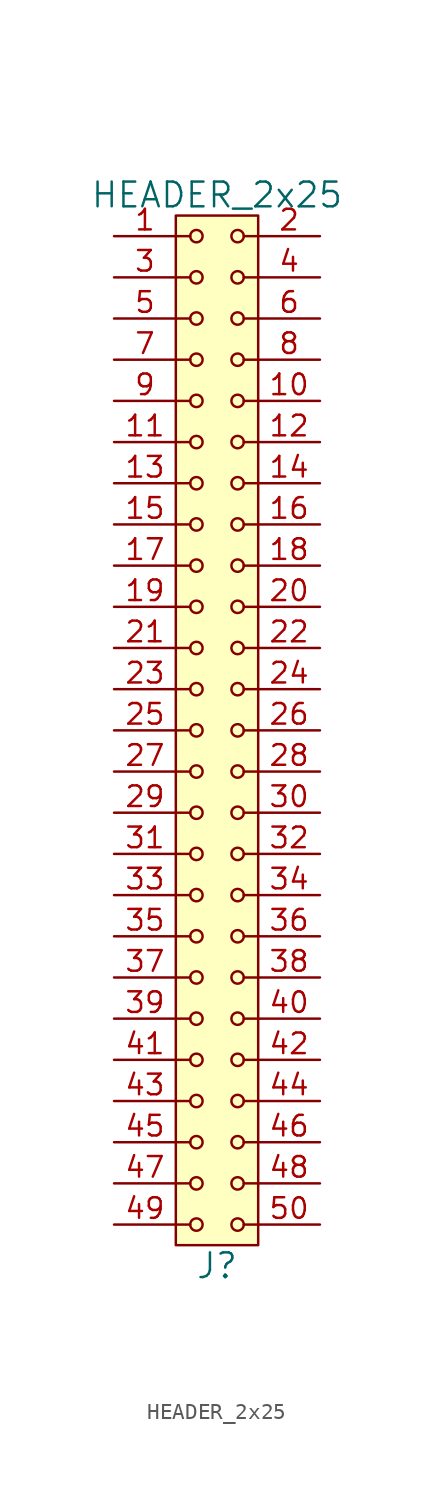
<source format=kicad_sym>
(kicad_symbol_lib
  (version 20211014)
  (generator kicad_symbol_editor)
  (symbol "HEADER_2x25"
    (pin_names
      (offset 1.016))
    (property "Reference" "J"
      (at 0 -33.02 0)
      (effects (font (size 1.524 1.524))))
    (property "Value" "HEADER_2x25"
      (at 0 33.02 0)
      (effects (font (size 1.524 1.524))))
    (property "Footprint" ""
      (at 0 30.48 0)
      (effects (font (size 1.524 1.524))))
    (property "Datasheet" ""
      (at 0 30.48 0)
      (effects (font (size 1.524 1.524))))
    (symbol "HEADER_2x25_0_1"
      (rectangle (start -2.54 31.75) (end 2.54 -31.75) (stroke (width 0) (type default) (color 0 0 0 0)) (fill (type background)))
      (circle (center -1.27 -30.48) (radius 0.381) (stroke (width 0) (type default) (color 0 0 0 0)) (fill (type none)))
      (circle (center -1.27 -27.94) (radius 0.381) (stroke (width 0) (type default) (color 0 0 0 0)) (fill (type none)))
      (circle (center -1.27 -25.4) (radius 0.381) (stroke (width 0) (type default) (color 0 0 0 0)) (fill (type none)))
      (circle (center -1.27 -22.86) (radius 0.381) (stroke (width 0) (type default) (color 0 0 0 0)) (fill (type none)))
      (circle (center -1.27 -20.32) (radius 0.381) (stroke (width 0) (type default) (color 0 0 0 0)) (fill (type none)))
      (circle (center -1.27 -17.78) (radius 0.381) (stroke (width 0) (type default) (color 0 0 0 0)) (fill (type none)))
      (circle (center -1.27 -15.24) (radius 0.381) (stroke (width 0) (type default) (color 0 0 0 0)) (fill (type none)))
      (circle (center -1.27 -12.7) (radius 0.381) (stroke (width 0) (type default) (color 0 0 0 0)) (fill (type none)))
      (circle (center -1.27 -10.16) (radius 0.381) (stroke (width 0) (type default) (color 0 0 0 0)) (fill (type none)))
      (circle (center -1.27 -7.62) (radius 0.381) (stroke (width 0) (type default) (color 0 0 0 0)) (fill (type none)))
      (circle (center -1.27 -5.08) (radius 0.381) (stroke (width 0) (type default) (color 0 0 0 0)) (fill (type none)))
      (circle (center -1.27 -2.54) (radius 0.381) (stroke (width 0) (type default) (color 0 0 0 0)) (fill (type none)))
      (circle (center -1.27 0) (radius 0.381) (stroke (width 0) (type default) (color 0 0 0 0)) (fill (type none)))
      (circle (center -1.27 2.54) (radius 0.381) (stroke (width 0) (type default) (color 0 0 0 0)) (fill (type none)))
      (circle (center -1.27 5.08) (radius 0.381) (stroke (width 0) (type default) (color 0 0 0 0)) (fill (type none)))
      (circle (center -1.27 7.62) (radius 0.381) (stroke (width 0) (type default) (color 0 0 0 0)) (fill (type none)))
      (circle (center -1.27 10.16) (radius 0.381) (stroke (width 0) (type default) (color 0 0 0 0)) (fill (type none)))
      (circle (center -1.27 12.7) (radius 0.381) (stroke (width 0) (type default) (color 0 0 0 0)) (fill (type none)))
      (circle (center -1.27 15.24) (radius 0.381) (stroke (width 0) (type default) (color 0 0 0 0)) (fill (type none)))
      (circle (center -1.27 17.78) (radius 0.381) (stroke (width 0) (type default) (color 0 0 0 0)) (fill (type none)))
      (circle (center -1.27 20.32) (radius 0.381) (stroke (width 0) (type default) (color 0 0 0 0)) (fill (type none)))
      (circle (center -1.27 22.86) (radius 0.381) (stroke (width 0) (type default) (color 0 0 0 0)) (fill (type none)))
      (circle (center -1.27 25.4) (radius 0.381) (stroke (width 0) (type default) (color 0 0 0 0)) (fill (type none)))
      (circle (center -1.27 27.94) (radius 0.381) (stroke (width 0) (type default) (color 0 0 0 0)) (fill (type none)))
      (circle (center -1.27 30.48) (radius 0.381) (stroke (width 0) (type default) (color 0 0 0 0)) (fill (type none)))
      (polyline (pts (xy -1.651 -30.48) (xy -2.54 -30.48)) (stroke (width 0) (type default) (color 0 0 0 0)) (fill (type none)))
      (polyline (pts (xy -1.651 -27.94) (xy -2.54 -27.94)) (stroke (width 0) (type default) (color 0 0 0 0)) (fill (type none)))
      (polyline (pts (xy -1.651 -25.4) (xy -2.54 -25.4)) (stroke (width 0) (type default) (color 0 0 0 0)) (fill (type none)))
      (polyline (pts (xy -1.651 -22.86) (xy -2.54 -22.86)) (stroke (width 0) (type default) (color 0 0 0 0)) (fill (type none)))
      (polyline (pts (xy -1.651 -20.32) (xy -2.54 -20.32)) (stroke (width 0) (type default) (color 0 0 0 0)) (fill (type none)))
      (polyline (pts (xy -1.651 -17.78) (xy -2.54 -17.78)) (stroke (width 0) (type default) (color 0 0 0 0)) (fill (type none)))
      (polyline (pts (xy -1.651 -15.24) (xy -2.54 -15.24)) (stroke (width 0) (type default) (color 0 0 0 0)) (fill (type none)))
      (polyline (pts (xy -1.651 -12.7) (xy -2.54 -12.7)) (stroke (width 0) (type default) (color 0 0 0 0)) (fill (type none)))
      (polyline (pts (xy -1.651 -10.16) (xy -2.54 -10.16)) (stroke (width 0) (type default) (color 0 0 0 0)) (fill (type none)))
      (polyline (pts (xy -1.651 -7.62) (xy -2.54 -7.62)) (stroke (width 0) (type default) (color 0 0 0 0)) (fill (type none)))
      (polyline (pts (xy -1.651 -5.08) (xy -2.54 -5.08)) (stroke (width 0) (type default) (color 0 0 0 0)) (fill (type none)))
      (polyline (pts (xy -1.651 -2.54) (xy -2.54 -2.54)) (stroke (width 0) (type default) (color 0 0 0 0)) (fill (type none)))
      (polyline (pts (xy -1.651 0) (xy -2.54 0)) (stroke (width 0) (type default) (color 0 0 0 0)) (fill (type none)))
      (polyline (pts (xy -1.651 2.54) (xy -2.54 2.54)) (stroke (width 0) (type default) (color 0 0 0 0)) (fill (type none)))
      (polyline (pts (xy -1.651 5.08) (xy -2.54 5.08)) (stroke (width 0) (type default) (color 0 0 0 0)) (fill (type none)))
      (polyline (pts (xy -1.651 7.62) (xy -2.54 7.62)) (stroke (width 0) (type default) (color 0 0 0 0)) (fill (type none)))
      (polyline (pts (xy -1.651 10.16) (xy -2.54 10.16)) (stroke (width 0) (type default) (color 0 0 0 0)) (fill (type none)))
      (polyline (pts (xy -1.651 12.7) (xy -2.54 12.7)) (stroke (width 0) (type default) (color 0 0 0 0)) (fill (type none)))
      (polyline (pts (xy -1.651 15.24) (xy -2.54 15.24)) (stroke (width 0) (type default) (color 0 0 0 0)) (fill (type none)))
      (polyline (pts (xy -1.651 17.78) (xy -2.54 17.78)) (stroke (width 0) (type default) (color 0 0 0 0)) (fill (type none)))
      (polyline (pts (xy -1.651 20.32) (xy -2.54 20.32)) (stroke (width 0) (type default) (color 0 0 0 0)) (fill (type none)))
      (polyline (pts (xy -1.651 22.86) (xy -2.54 22.86)) (stroke (width 0) (type default) (color 0 0 0 0)) (fill (type none)))
      (polyline (pts (xy -1.651 25.4) (xy -2.54 25.4)) (stroke (width 0) (type default) (color 0 0 0 0)) (fill (type none)))
      (polyline (pts (xy -1.651 27.94) (xy -2.54 27.94)) (stroke (width 0) (type default) (color 0 0 0 0)) (fill (type none)))
      (polyline (pts (xy -1.651 30.48) (xy -2.54 30.48)) (stroke (width 0) (type default) (color 0 0 0 0)) (fill (type none)))
      (polyline (pts (xy 1.651 -30.48) (xy 2.54 -30.48)) (stroke (width 0) (type default) (color 0 0 0 0)) (fill (type none)))
      (polyline (pts (xy 1.651 -27.94) (xy 2.54 -27.94)) (stroke (width 0) (type default) (color 0 0 0 0)) (fill (type none)))
      (polyline (pts (xy 1.651 -25.4) (xy 2.54 -25.4)) (stroke (width 0) (type default) (color 0 0 0 0)) (fill (type none)))
      (polyline (pts (xy 1.651 -22.86) (xy 2.54 -22.86)) (stroke (width 0) (type default) (color 0 0 0 0)) (fill (type none)))
      (polyline (pts (xy 1.651 -20.32) (xy 2.54 -20.32)) (stroke (width 0) (type default) (color 0 0 0 0)) (fill (type none)))
      (polyline (pts (xy 1.651 -17.78) (xy 2.54 -17.78)) (stroke (width 0) (type default) (color 0 0 0 0)) (fill (type none)))
      (polyline (pts (xy 1.651 -15.24) (xy 2.54 -15.24)) (stroke (width 0) (type default) (color 0 0 0 0)) (fill (type none)))
      (polyline (pts (xy 1.651 -12.7) (xy 2.54 -12.7)) (stroke (width 0) (type default) (color 0 0 0 0)) (fill (type none)))
      (polyline (pts (xy 1.651 -10.16) (xy 2.54 -10.16)) (stroke (width 0) (type default) (color 0 0 0 0)) (fill (type none)))
      (polyline (pts (xy 1.651 -7.62) (xy 2.54 -7.62)) (stroke (width 0) (type default) (color 0 0 0 0)) (fill (type none)))
      (polyline (pts (xy 1.651 -5.08) (xy 2.54 -5.08)) (stroke (width 0) (type default) (color 0 0 0 0)) (fill (type none)))
      (polyline (pts (xy 1.651 -2.54) (xy 2.54 -2.54)) (stroke (width 0) (type default) (color 0 0 0 0)) (fill (type none)))
      (polyline (pts (xy 1.651 0) (xy 2.54 0)) (stroke (width 0) (type default) (color 0 0 0 0)) (fill (type none)))
      (polyline (pts (xy 1.651 2.54) (xy 2.54 2.54)) (stroke (width 0) (type default) (color 0 0 0 0)) (fill (type none)))
      (polyline (pts (xy 1.651 5.08) (xy 2.54 5.08)) (stroke (width 0) (type default) (color 0 0 0 0)) (fill (type none)))
      (polyline (pts (xy 1.651 7.62) (xy 2.54 7.62)) (stroke (width 0) (type default) (color 0 0 0 0)) (fill (type none)))
      (polyline (pts (xy 1.651 10.16) (xy 2.54 10.16)) (stroke (width 0) (type default) (color 0 0 0 0)) (fill (type none)))
      (polyline (pts (xy 1.651 12.7) (xy 2.54 12.7)) (stroke (width 0) (type default) (color 0 0 0 0)) (fill (type none)))
      (polyline (pts (xy 1.651 15.24) (xy 2.54 15.24)) (stroke (width 0) (type default) (color 0 0 0 0)) (fill (type none)))
      (polyline (pts (xy 1.651 17.78) (xy 2.54 17.78)) (stroke (width 0) (type default) (color 0 0 0 0)) (fill (type none)))
      (polyline (pts (xy 1.651 20.32) (xy 2.54 20.32)) (stroke (width 0) (type default) (color 0 0 0 0)) (fill (type none)))
      (polyline (pts (xy 1.651 22.86) (xy 2.54 22.86)) (stroke (width 0) (type default) (color 0 0 0 0)) (fill (type none)))
      (polyline (pts (xy 1.651 25.4) (xy 2.54 25.4)) (stroke (width 0) (type default) (color 0 0 0 0)) (fill (type none)))
      (polyline (pts (xy 1.651 27.94) (xy 2.54 27.94)) (stroke (width 0) (type default) (color 0 0 0 0)) (fill (type none)))
      (polyline (pts (xy 1.651 30.48) (xy 2.54 30.48)) (stroke (width 0) (type default) (color 0 0 0 0)) (fill (type none)))
      (circle (center 1.27 -30.48) (radius 0.381) (stroke (width 0) (type default) (color 0 0 0 0)) (fill (type none)))
      (circle (center 1.27 -27.94) (radius 0.381) (stroke (width 0) (type default) (color 0 0 0 0)) (fill (type none)))
      (circle (center 1.27 -25.4) (radius 0.381) (stroke (width 0) (type default) (color 0 0 0 0)) (fill (type none)))
      (circle (center 1.27 -22.86) (radius 0.381) (stroke (width 0) (type default) (color 0 0 0 0)) (fill (type none)))
      (circle (center 1.27 -20.32) (radius 0.381) (stroke (width 0) (type default) (color 0 0 0 0)) (fill (type none)))
      (circle (center 1.27 -17.78) (radius 0.381) (stroke (width 0) (type default) (color 0 0 0 0)) (fill (type none)))
      (circle (center 1.27 -15.24) (radius 0.381) (stroke (width 0) (type default) (color 0 0 0 0)) (fill (type none)))
      (circle (center 1.27 -12.7) (radius 0.381) (stroke (width 0) (type default) (color 0 0 0 0)) (fill (type none)))
      (circle (center 1.27 -10.16) (radius 0.381) (stroke (width 0) (type default) (color 0 0 0 0)) (fill (type none)))
      (circle (center 1.27 -7.62) (radius 0.381) (stroke (width 0) (type default) (color 0 0 0 0)) (fill (type none)))
      (circle (center 1.27 -5.08) (radius 0.381) (stroke (width 0) (type default) (color 0 0 0 0)) (fill (type none)))
      (circle (center 1.27 -2.54) (radius 0.381) (stroke (width 0) (type default) (color 0 0 0 0)) (fill (type none)))
      (circle (center 1.27 0) (radius 0.381) (stroke (width 0) (type default) (color 0 0 0 0)) (fill (type none)))
      (circle (center 1.27 2.54) (radius 0.381) (stroke (width 0) (type default) (color 0 0 0 0)) (fill (type none)))
      (circle (center 1.27 5.08) (radius 0.381) (stroke (width 0) (type default) (color 0 0 0 0)) (fill (type none)))
      (circle (center 1.27 7.62) (radius 0.381) (stroke (width 0) (type default) (color 0 0 0 0)) (fill (type none)))
      (circle (center 1.27 10.16) (radius 0.381) (stroke (width 0) (type default) (color 0 0 0 0)) (fill (type none)))
      (circle (center 1.27 12.7) (radius 0.381) (stroke (width 0) (type default) (color 0 0 0 0)) (fill (type none)))
      (circle (center 1.27 15.24) (radius 0.381) (stroke (width 0) (type default) (color 0 0 0 0)) (fill (type none)))
      (circle (center 1.27 17.78) (radius 0.381) (stroke (width 0) (type default) (color 0 0 0 0)) (fill (type none)))
      (circle (center 1.27 20.32) (radius 0.381) (stroke (width 0) (type default) (color 0 0 0 0)) (fill (type none)))
      (circle (center 1.27 22.86) (radius 0.381) (stroke (width 0) (type default) (color 0 0 0 0)) (fill (type none)))
      (circle (center 1.27 25.4) (radius 0.381) (stroke (width 0) (type default) (color 0 0 0 0)) (fill (type none)))
      (circle (center 1.27 27.94) (radius 0.381) (stroke (width 0) (type default) (color 0 0 0 0)) (fill (type none)))
      (circle (center 1.27 30.48) (radius 0.381) (stroke (width 0) (type default) (color 0 0 0 0)) (fill (type none))))
    (symbol "HEADER_2x25_1_1"
      (pin input line (at -6.35 30.48 0) (length 3.81) (name "~" (effects (font (size 1.27 1.27)))) (number "1" (effects (font (size 1.27 1.27)))))
      (pin input line (at 6.35 20.32 180) (length 3.81) (name "~" (effects (font (size 1.27 1.27)))) (number "10" (effects (font (size 1.27 1.27)))))
      (pin input line (at -6.35 17.78 0) (length 3.81) (name "~" (effects (font (size 1.27 1.27)))) (number "11" (effects (font (size 1.27 1.27)))))
      (pin input line (at 6.35 17.78 180) (length 3.81) (name "~" (effects (font (size 1.27 1.27)))) (number "12" (effects (font (size 1.27 1.27)))))
      (pin input line (at -6.35 15.24 0) (length 3.81) (name "~" (effects (font (size 1.27 1.27)))) (number "13" (effects (font (size 1.27 1.27)))))
      (pin input line (at 6.35 15.24 180) (length 3.81) (name "~" (effects (font (size 1.27 1.27)))) (number "14" (effects (font (size 1.27 1.27)))))
      (pin input line (at -6.35 12.7 0) (length 3.81) (name "~" (effects (font (size 1.27 1.27)))) (number "15" (effects (font (size 1.27 1.27)))))
      (pin input line (at 6.35 12.7 180) (length 3.81) (name "~" (effects (font (size 1.27 1.27)))) (number "16" (effects (font (size 1.27 1.27)))))
      (pin input line (at -6.35 10.16 0) (length 3.81) (name "~" (effects (font (size 1.27 1.27)))) (number "17" (effects (font (size 1.27 1.27)))))
      (pin input line (at 6.35 10.16 180) (length 3.81) (name "~" (effects (font (size 1.27 1.27)))) (number "18" (effects (font (size 1.27 1.27)))))
      (pin input line (at -6.35 7.62 0) (length 3.81) (name "~" (effects (font (size 1.27 1.27)))) (number "19" (effects (font (size 1.27 1.27)))))
      (pin input line (at 6.35 30.48 180) (length 3.81) (name "~" (effects (font (size 1.27 1.27)))) (number "2" (effects (font (size 1.27 1.27)))))
      (pin input line (at 6.35 7.62 180) (length 3.81) (name "~" (effects (font (size 1.27 1.27)))) (number "20" (effects (font (size 1.27 1.27)))))
      (pin input line (at -6.35 5.08 0) (length 3.81) (name "~" (effects (font (size 1.27 1.27)))) (number "21" (effects (font (size 1.27 1.27)))))
      (pin input line (at 6.35 5.08 180) (length 3.81) (name "~" (effects (font (size 1.27 1.27)))) (number "22" (effects (font (size 1.27 1.27)))))
      (pin input line (at -6.35 2.54 0) (length 3.81) (name "~" (effects (font (size 1.27 1.27)))) (number "23" (effects (font (size 1.27 1.27)))))
      (pin input line (at 6.35 2.54 180) (length 3.81) (name "~" (effects (font (size 1.27 1.27)))) (number "24" (effects (font (size 1.27 1.27)))))
      (pin input line (at -6.35 0 0) (length 3.81) (name "~" (effects (font (size 1.27 1.27)))) (number "25" (effects (font (size 1.27 1.27)))))
      (pin input line (at 6.35 0 180) (length 3.81) (name "~" (effects (font (size 1.27 1.27)))) (number "26" (effects (font (size 1.27 1.27)))))
      (pin input line (at -6.35 -2.54 0) (length 3.81) (name "~" (effects (font (size 1.27 1.27)))) (number "27" (effects (font (size 1.27 1.27)))))
      (pin input line (at 6.35 -2.54 180) (length 3.81) (name "~" (effects (font (size 1.27 1.27)))) (number "28" (effects (font (size 1.27 1.27)))))
      (pin input line (at -6.35 -5.08 0) (length 3.81) (name "~" (effects (font (size 1.27 1.27)))) (number "29" (effects (font (size 1.27 1.27)))))
      (pin input line (at -6.35 27.94 0) (length 3.81) (name "~" (effects (font (size 1.27 1.27)))) (number "3" (effects (font (size 1.27 1.27)))))
      (pin input line (at 6.35 -5.08 180) (length 3.81) (name "~" (effects (font (size 1.27 1.27)))) (number "30" (effects (font (size 1.27 1.27)))))
      (pin input line (at -6.35 -7.62 0) (length 3.81) (name "~" (effects (font (size 1.27 1.27)))) (number "31" (effects (font (size 1.27 1.27)))))
      (pin input line (at 6.35 -7.62 180) (length 3.81) (name "~" (effects (font (size 1.27 1.27)))) (number "32" (effects (font (size 1.27 1.27)))))
      (pin input line (at -6.35 -10.16 0) (length 3.81) (name "~" (effects (font (size 1.27 1.27)))) (number "33" (effects (font (size 1.27 1.27)))))
      (pin input line (at 6.35 -10.16 180) (length 3.81) (name "~" (effects (font (size 1.27 1.27)))) (number "34" (effects (font (size 1.27 1.27)))))
      (pin input line (at -6.35 -12.7 0) (length 3.81) (name "~" (effects (font (size 1.27 1.27)))) (number "35" (effects (font (size 1.27 1.27)))))
      (pin input line (at 6.35 -12.7 180) (length 3.81) (name "~" (effects (font (size 1.27 1.27)))) (number "36" (effects (font (size 1.27 1.27)))))
      (pin input line (at -6.35 -15.24 0) (length 3.81) (name "~" (effects (font (size 1.27 1.27)))) (number "37" (effects (font (size 1.27 1.27)))))
      (pin input line (at 6.35 -15.24 180) (length 3.81) (name "~" (effects (font (size 1.27 1.27)))) (number "38" (effects (font (size 1.27 1.27)))))
      (pin input line (at -6.35 -17.78 0) (length 3.81) (name "~" (effects (font (size 1.27 1.27)))) (number "39" (effects (font (size 1.27 1.27)))))
      (pin input line (at 6.35 27.94 180) (length 3.81) (name "~" (effects (font (size 1.27 1.27)))) (number "4" (effects (font (size 1.27 1.27)))))
      (pin input line (at 6.35 -17.78 180) (length 3.81) (name "~" (effects (font (size 1.27 1.27)))) (number "40" (effects (font (size 1.27 1.27)))))
      (pin input line (at -6.35 -20.32 0) (length 3.81) (name "~" (effects (font (size 1.27 1.27)))) (number "41" (effects (font (size 1.27 1.27)))))
      (pin input line (at 6.35 -20.32 180) (length 3.81) (name "~" (effects (font (size 1.27 1.27)))) (number "42" (effects (font (size 1.27 1.27)))))
      (pin input line (at -6.35 -22.86 0) (length 3.81) (name "~" (effects (font (size 1.27 1.27)))) (number "43" (effects (font (size 1.27 1.27)))))
      (pin input line (at 6.35 -22.86 180) (length 3.81) (name "~" (effects (font (size 1.27 1.27)))) (number "44" (effects (font (size 1.27 1.27)))))
      (pin input line (at -6.35 -25.4 0) (length 3.81) (name "~" (effects (font (size 1.27 1.27)))) (number "45" (effects (font (size 1.27 1.27)))))
      (pin input line (at 6.35 -25.4 180) (length 3.81) (name "~" (effects (font (size 1.27 1.27)))) (number "46" (effects (font (size 1.27 1.27)))))
      (pin input line (at -6.35 -27.94 0) (length 3.81) (name "~" (effects (font (size 1.27 1.27)))) (number "47" (effects (font (size 1.27 1.27)))))
      (pin input line (at 6.35 -27.94 180) (length 3.81) (name "~" (effects (font (size 1.27 1.27)))) (number "48" (effects (font (size 1.27 1.27)))))
      (pin input line (at -6.35 -30.48 0) (length 3.81) (name "~" (effects (font (size 1.27 1.27)))) (number "49" (effects (font (size 1.27 1.27)))))
      (pin input line (at -6.35 25.4 0) (length 3.81) (name "~" (effects (font (size 1.27 1.27)))) (number "5" (effects (font (size 1.27 1.27)))))
      (pin input line (at 6.35 -30.48 180) (length 3.81) (name "~" (effects (font (size 1.27 1.27)))) (number "50" (effects (font (size 1.27 1.27)))))
      (pin input line (at 6.35 25.4 180) (length 3.81) (name "~" (effects (font (size 1.27 1.27)))) (number "6" (effects (font (size 1.27 1.27)))))
      (pin input line (at -6.35 22.86 0) (length 3.81) (name "~" (effects (font (size 1.27 1.27)))) (number "7" (effects (font (size 1.27 1.27)))))
      (pin input line (at 6.35 22.86 180) (length 3.81) (name "~" (effects (font (size 1.27 1.27)))) (number "8" (effects (font (size 1.27 1.27)))))
      (pin input line (at -6.35 20.32 0) (length 3.81) (name "~" (effects (font (size 1.27 1.27)))) (number "9" (effects (font (size 1.27 1.27))))))))
</source>
